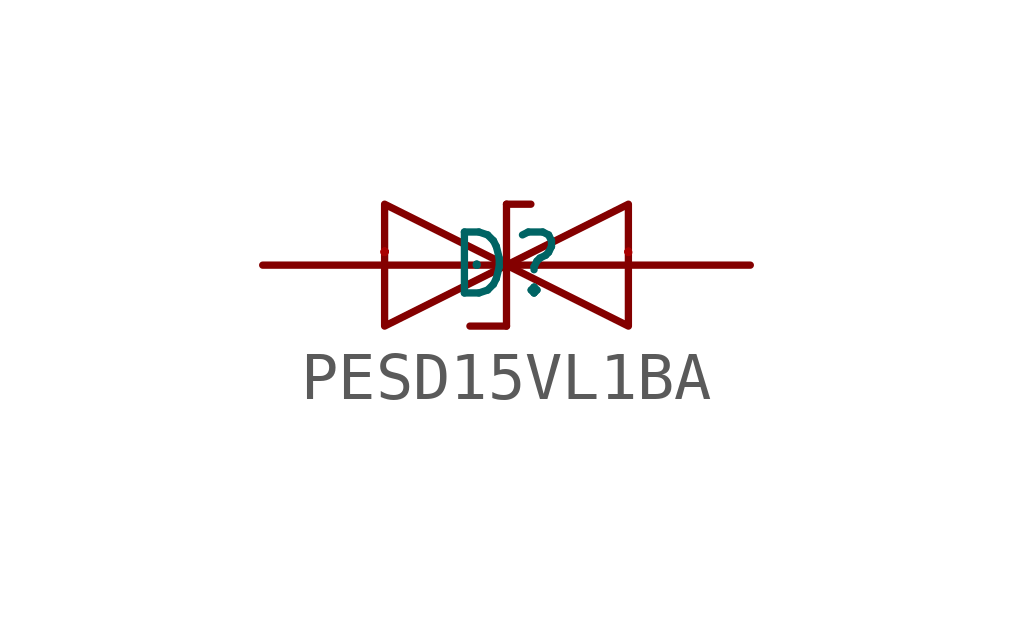
<source format=kicad_sym>
(kicad_symbol_lib
  (version 20241209)
  (generator "kicad_symbol_editor")
  (generator_version "9.0")
  (symbol "PESD15VL1BA"
    (property "Reference" "D"
      (at 0 0 0)
      (effects (font (size 1.27 1.27))))
    (property "Value" ""
      (at 0 0 0)
      (effects (font (size 1.27 1.27))))
    (symbol "PESD15VL1BA_1_0"
      (polyline (pts (xy -2.54 -1.27) (xy 0 0) (xy 0 0) (xy -2.54 1.27) (xy -2.54 1.27) (xy -2.54 -1.27)) (stroke (width 0) (type default)) (fill (type none)))
      (polyline (pts (xy 0 1.27) (xy 0 0)) (stroke (width 0) (type default)) (fill (type none)))
      (polyline (pts (xy 0 0) (xy 0 -1.27)) (stroke (width 0) (type default)) (fill (type none)))
      (polyline (pts (xy 0 -1.27) (xy -0.762 -1.27)) (stroke (width 0) (type default)) (fill (type none)))
      (polyline (pts (xy 0.508 1.27) (xy 0 1.27)) (stroke (width 0) (type default)) (fill (type none)))
      (polyline (pts (xy 2.54 -1.27) (xy 0 0) (xy 0 0) (xy 2.54 1.27) (xy 2.54 1.27) (xy 2.54 -1.27)) (stroke (width 0) (type default)) (fill (type none)))
      (pin input line (at -5.08 0 0) (length 5.08) (name "A" (effects (font (size 0.025 0.025)))) (number "2" (effects (font (size 0.025 0.025)))))
      (pin input line (at 5.08 0 180) (length 5.08) (name "K" (effects (font (size 0.025 0.025)))) (number "1" (effects (font (size 0.025 0.025))))))))
</source>
